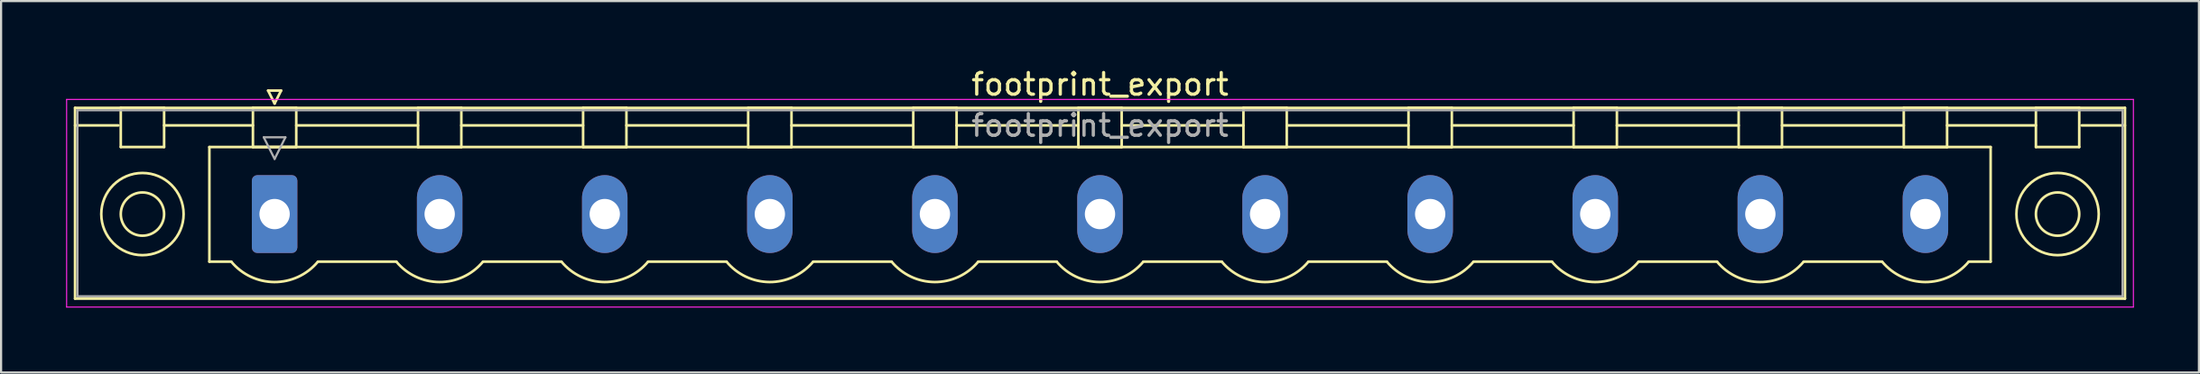
<source format=kicad_pcb>
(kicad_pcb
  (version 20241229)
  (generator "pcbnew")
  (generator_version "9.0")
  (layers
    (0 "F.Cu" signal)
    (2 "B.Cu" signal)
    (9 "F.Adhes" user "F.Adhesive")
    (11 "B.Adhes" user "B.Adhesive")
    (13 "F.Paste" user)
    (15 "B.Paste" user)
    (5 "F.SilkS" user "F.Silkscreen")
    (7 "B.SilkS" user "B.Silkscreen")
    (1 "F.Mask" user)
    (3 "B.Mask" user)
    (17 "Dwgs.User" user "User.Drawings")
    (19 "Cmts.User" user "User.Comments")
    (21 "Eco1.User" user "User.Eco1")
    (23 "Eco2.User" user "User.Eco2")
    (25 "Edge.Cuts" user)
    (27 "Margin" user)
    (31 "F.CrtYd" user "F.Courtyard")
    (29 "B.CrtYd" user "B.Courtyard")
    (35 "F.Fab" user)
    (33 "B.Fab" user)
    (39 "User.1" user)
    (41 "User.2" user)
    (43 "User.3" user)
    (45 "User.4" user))
  (footprint "footprint_export"
    (layer "F.Cu")
    (at 9.625 6.848)
    (property "Reference" "footprint_export" (at 38.1 -6 0) (layer "F.SilkS") (effects (font (size 1 1) (thickness 0.15))))
    (attr through_hole)
    (fp_line (start -9.21 -4.91) (end -9.21 3.91) (stroke (width 0.12) (type solid)) (layer "F.SilkS"))
    (fp_line (start -9.21 -4.1) (end -7.21 -4.1) (stroke (width 0.12) (type solid)) (layer "F.SilkS"))
    (fp_line (start -9.21 3.91) (end 85.41 3.91) (stroke (width 0.12) (type solid)) (layer "F.SilkS"))
    (fp_line (start -7.1 -4.91) (end -5.1 -4.91) (stroke (width 0.12) (type solid)) (layer "F.SilkS"))
    (fp_line (start -7.1 -3.1) (end -7.1 -4.91) (stroke (width 0.12) (type solid)) (layer "F.SilkS"))
    (fp_line (start -5.1 -4.91) (end -5.1 -3.1) (stroke (width 0.12) (type solid)) (layer "F.SilkS"))
    (fp_line (start -5.1 -4.1) (end -1 -4.1) (stroke (width 0.12) (type solid)) (layer "F.SilkS"))
    (fp_line (start -5.1 -3.1) (end -7.1 -3.1) (stroke (width 0.12) (type solid)) (layer "F.SilkS"))
    (fp_line (start -3.01 -3.1) (end 79.21 -3.1) (stroke (width 0.12) (type solid)) (layer "F.SilkS"))
    (fp_line (start -3.01 2.2) (end -3.01 -3.1) (stroke (width 0.12) (type solid)) (layer "F.SilkS"))
    (fp_line (start -2 2.2) (end -3.01 2.2) (stroke (width 0.12) (type solid)) (layer "F.SilkS"))
    (fp_line (start -1 -4.91) (end 1 -4.91) (stroke (width 0.12) (type solid)) (layer "F.SilkS"))
    (fp_line (start -1 -3.1) (end -1 -4.91) (stroke (width 0.12) (type solid)) (layer "F.SilkS"))
    (fp_line (start -0.3 -5.71) (end 0.3 -5.71) (stroke (width 0.12) (type solid)) (layer "F.SilkS"))
    (fp_line (start 0 -5.11) (end -0.3 -5.71) (stroke (width 0.12) (type solid)) (layer "F.SilkS"))
    (fp_line (start 0.3 -5.71) (end 0 -5.11) (stroke (width 0.12) (type solid)) (layer "F.SilkS"))
    (fp_line (start 1 -4.91) (end 1 -3.1) (stroke (width 0.12) (type solid)) (layer "F.SilkS"))
    (fp_line (start 1 -4.1) (end 6.62 -4.1) (stroke (width 0.12) (type solid)) (layer "F.SilkS"))
    (fp_line (start 1 -3.1) (end -1 -3.1) (stroke (width 0.12) (type solid)) (layer "F.SilkS"))
    (fp_line (start 2 2.2) (end 5.62 2.2) (stroke (width 0.12) (type solid)) (layer "F.SilkS"))
    (fp_line (start 6.62 -4.91) (end 8.62 -4.91) (stroke (width 0.12) (type solid)) (layer "F.SilkS"))
    (fp_line (start 6.62 -3.1) (end 6.62 -4.91) (stroke (width 0.12) (type solid)) (layer "F.SilkS"))
    (fp_line (start 8.62 -4.91) (end 8.62 -3.1) (stroke (width 0.12) (type solid)) (layer "F.SilkS"))
    (fp_line (start 8.62 -4.1) (end 14.24 -4.1) (stroke (width 0.12) (type solid)) (layer "F.SilkS"))
    (fp_line (start 8.62 -3.1) (end 6.62 -3.1) (stroke (width 0.12) (type solid)) (layer "F.SilkS"))
    (fp_line (start 9.62 2.2) (end 13.24 2.2) (stroke (width 0.12) (type solid)) (layer "F.SilkS"))
    (fp_line (start 14.24 -4.91) (end 16.24 -4.91) (stroke (width 0.12) (type solid)) (layer "F.SilkS"))
    (fp_line (start 14.24 -3.1) (end 14.24 -4.91) (stroke (width 0.12) (type solid)) (layer "F.SilkS"))
    (fp_line (start 16.24 -4.91) (end 16.24 -3.1) (stroke (width 0.12) (type solid)) (layer "F.SilkS"))
    (fp_line (start 16.24 -4.1) (end 21.86 -4.1) (stroke (width 0.12) (type solid)) (layer "F.SilkS"))
    (fp_line (start 16.24 -3.1) (end 14.24 -3.1) (stroke (width 0.12) (type solid)) (layer "F.SilkS"))
    (fp_line (start 17.24 2.2) (end 20.86 2.2) (stroke (width 0.12) (type solid)) (layer "F.SilkS"))
    (fp_line (start 21.86 -4.91) (end 23.86 -4.91) (stroke (width 0.12) (type solid)) (layer "F.SilkS"))
    (fp_line (start 21.86 -3.1) (end 21.86 -4.91) (stroke (width 0.12) (type solid)) (layer "F.SilkS"))
    (fp_line (start 23.86 -4.91) (end 23.86 -3.1) (stroke (width 0.12) (type solid)) (layer "F.SilkS"))
    (fp_line (start 23.86 -4.1) (end 29.48 -4.1) (stroke (width 0.12) (type solid)) (layer "F.SilkS"))
    (fp_line (start 23.86 -3.1) (end 21.86 -3.1) (stroke (width 0.12) (type solid)) (layer "F.SilkS"))
    (fp_line (start 24.86 2.2) (end 28.48 2.2) (stroke (width 0.12) (type solid)) (layer "F.SilkS"))
    (fp_line (start 29.48 -4.91) (end 31.48 -4.91) (stroke (width 0.12) (type solid)) (layer "F.SilkS"))
    (fp_line (start 29.48 -3.1) (end 29.48 -4.91) (stroke (width 0.12) (type solid)) (layer "F.SilkS"))
    (fp_line (start 31.48 -4.91) (end 31.48 -3.1) (stroke (width 0.12) (type solid)) (layer "F.SilkS"))
    (fp_line (start 31.48 -4.1) (end 37.1 -4.1) (stroke (width 0.12) (type solid)) (layer "F.SilkS"))
    (fp_line (start 31.48 -3.1) (end 29.48 -3.1) (stroke (width 0.12) (type solid)) (layer "F.SilkS"))
    (fp_line (start 32.48 2.2) (end 36.1 2.2) (stroke (width 0.12) (type solid)) (layer "F.SilkS"))
    (fp_line (start 37.1 -4.91) (end 39.1 -4.91) (stroke (width 0.12) (type solid)) (layer "F.SilkS"))
    (fp_line (start 37.1 -3.1) (end 37.1 -4.91) (stroke (width 0.12) (type solid)) (layer "F.SilkS"))
    (fp_line (start 39.1 -4.91) (end 39.1 -3.1) (stroke (width 0.12) (type solid)) (layer "F.SilkS"))
    (fp_line (start 39.1 -4.1) (end 44.72 -4.1) (stroke (width 0.12) (type solid)) (layer "F.SilkS"))
    (fp_line (start 39.1 -3.1) (end 37.1 -3.1) (stroke (width 0.12) (type solid)) (layer "F.SilkS"))
    (fp_line (start 40.1 2.2) (end 43.72 2.2) (stroke (width 0.12) (type solid)) (layer "F.SilkS"))
    (fp_line (start 44.72 -4.91) (end 46.72 -4.91) (stroke (width 0.12) (type solid)) (layer "F.SilkS"))
    (fp_line (start 44.72 -3.1) (end 44.72 -4.91) (stroke (width 0.12) (type solid)) (layer "F.SilkS"))
    (fp_line (start 46.72 -4.91) (end 46.72 -3.1) (stroke (width 0.12) (type solid)) (layer "F.SilkS"))
    (fp_line (start 46.72 -4.1) (end 52.34 -4.1) (stroke (width 0.12) (type solid)) (layer "F.SilkS"))
    (fp_line (start 46.72 -3.1) (end 44.72 -3.1) (stroke (width 0.12) (type solid)) (layer "F.SilkS"))
    (fp_line (start 47.72 2.2) (end 51.34 2.2) (stroke (width 0.12) (type solid)) (layer "F.SilkS"))
    (fp_line (start 52.34 -4.91) (end 54.34 -4.91) (stroke (width 0.12) (type solid)) (layer "F.SilkS"))
    (fp_line (start 52.34 -3.1) (end 52.34 -4.91) (stroke (width 0.12) (type solid)) (layer "F.SilkS"))
    (fp_line (start 54.34 -4.91) (end 54.34 -3.1) (stroke (width 0.12) (type solid)) (layer "F.SilkS"))
    (fp_line (start 54.34 -4.1) (end 59.96 -4.1) (stroke (width 0.12) (type solid)) (layer "F.SilkS"))
    (fp_line (start 54.34 -3.1) (end 52.34 -3.1) (stroke (width 0.12) (type solid)) (layer "F.SilkS"))
    (fp_line (start 55.34 2.2) (end 58.96 2.2) (stroke (width 0.12) (type solid)) (layer "F.SilkS"))
    (fp_line (start 59.96 -4.91) (end 61.96 -4.91) (stroke (width 0.12) (type solid)) (layer "F.SilkS"))
    (fp_line (start 59.96 -3.1) (end 59.96 -4.91) (stroke (width 0.12) (type solid)) (layer "F.SilkS"))
    (fp_line (start 61.96 -4.91) (end 61.96 -3.1) (stroke (width 0.12) (type solid)) (layer "F.SilkS"))
    (fp_line (start 61.96 -4.1) (end 67.58 -4.1) (stroke (width 0.12) (type solid)) (layer "F.SilkS"))
    (fp_line (start 61.96 -3.1) (end 59.96 -3.1) (stroke (width 0.12) (type solid)) (layer "F.SilkS"))
    (fp_line (start 62.96 2.2) (end 66.58 2.2) (stroke (width 0.12) (type solid)) (layer "F.SilkS"))
    (fp_line (start 67.58 -4.91) (end 69.58 -4.91) (stroke (width 0.12) (type solid)) (layer "F.SilkS"))
    (fp_line (start 67.58 -3.1) (end 67.58 -4.91) (stroke (width 0.12) (type solid)) (layer "F.SilkS"))
    (fp_line (start 69.58 -4.91) (end 69.58 -3.1) (stroke (width 0.12) (type solid)) (layer "F.SilkS"))
    (fp_line (start 69.58 -4.1) (end 75.2 -4.1) (stroke (width 0.12) (type solid)) (layer "F.SilkS"))
    (fp_line (start 69.58 -3.1) (end 67.58 -3.1) (stroke (width 0.12) (type solid)) (layer "F.SilkS"))
    (fp_line (start 70.58 2.2) (end 74.2 2.2) (stroke (width 0.12) (type solid)) (layer "F.SilkS"))
    (fp_line (start 75.2 -4.91) (end 77.2 -4.91) (stroke (width 0.12) (type solid)) (layer "F.SilkS"))
    (fp_line (start 75.2 -3.1) (end 75.2 -4.91) (stroke (width 0.12) (type solid)) (layer "F.SilkS"))
    (fp_line (start 77.2 -4.91) (end 77.2 -3.1) (stroke (width 0.12) (type solid)) (layer "F.SilkS"))
    (fp_line (start 77.2 -4.1) (end 81.3 -4.1) (stroke (width 0.12) (type solid)) (layer "F.SilkS"))
    (fp_line (start 77.2 -3.1) (end 75.2 -3.1) (stroke (width 0.12) (type solid)) (layer "F.SilkS"))
    (fp_line (start 79.21 -3.1) (end 79.21 2.2) (stroke (width 0.12) (type solid)) (layer "F.SilkS"))
    (fp_line (start 79.21 2.2) (end 78.2 2.2) (stroke (width 0.12) (type solid)) (layer "F.SilkS"))
    (fp_line (start 81.3 -4.91) (end 83.3 -4.91) (stroke (width 0.12) (type solid)) (layer "F.SilkS"))
    (fp_line (start 81.3 -3.1) (end 81.3 -4.91) (stroke (width 0.12) (type solid)) (layer "F.SilkS"))
    (fp_line (start 83.3 -4.91) (end 83.3 -3.1) (stroke (width 0.12) (type solid)) (layer "F.SilkS"))
    (fp_line (start 83.3 -3.1) (end 81.3 -3.1) (stroke (width 0.12) (type solid)) (layer "F.SilkS"))
    (fp_line (start 85.41 -4.91) (end -9.21 -4.91) (stroke (width 0.12) (type solid)) (layer "F.SilkS"))
    (fp_line (start 85.41 -4.1) (end 83.41 -4.1) (stroke (width 0.12) (type solid)) (layer "F.SilkS"))
    (fp_line (start 85.41 3.91) (end 85.41 -4.91) (stroke (width 0.12) (type solid)) (layer "F.SilkS"))
    (fp_arc (start 1.986842 2.215821) (mid -0.010289 3.142758) (end -2 2.2) (stroke (width 0.12) (type solid)) (layer "F.SilkS"))
    (fp_arc (start 9.606842 2.215821) (mid 7.609711 3.142758) (end 5.62 2.2) (stroke (width 0.12) (type solid)) (layer "F.SilkS"))
    (fp_arc (start 17.226842 2.215821) (mid 15.229711 3.142758) (end 13.24 2.2) (stroke (width 0.12) (type solid)) (layer "F.SilkS"))
    (fp_arc (start 24.846842 2.215821) (mid 22.849711 3.142758) (end 20.86 2.2) (stroke (width 0.12) (type solid)) (layer "F.SilkS"))
    (fp_arc (start 32.466842 2.215821) (mid 30.469711 3.142758) (end 28.48 2.2) (stroke (width 0.12) (type solid)) (layer "F.SilkS"))
    (fp_arc (start 40.086842 2.215821) (mid 38.089711 3.142758) (end 36.1 2.2) (stroke (width 0.12) (type solid)) (layer "F.SilkS"))
    (fp_arc (start 47.706842 2.215821) (mid 45.709711 3.142758) (end 43.72 2.2) (stroke (width 0.12) (type solid)) (layer "F.SilkS"))
    (fp_arc (start 55.326842 2.215821) (mid 53.329711 3.142758) (end 51.34 2.2) (stroke (width 0.12) (type solid)) (layer "F.SilkS"))
    (fp_arc (start 62.946842 2.215821) (mid 60.949711 3.142758) (end 58.96 2.2) (stroke (width 0.12) (type solid)) (layer "F.SilkS"))
    (fp_arc (start 70.566842 2.215821) (mid 68.569711 3.142758) (end 66.58 2.2) (stroke (width 0.12) (type solid)) (layer "F.SilkS"))
    (fp_arc (start 78.186842 2.215821) (mid 76.189711 3.142758) (end 74.2 2.2) (stroke (width 0.12) (type solid)) (layer "F.SilkS"))
    (fp_circle (center -6.1 0) (end -5.1 0) (stroke (width 0.12) (type solid)) (fill no) (layer "F.SilkS"))
    (fp_circle (center -6.1 0) (end -4.2 0) (stroke (width 0.12) (type solid)) (fill no) (layer "F.SilkS"))
    (fp_circle (center 82.3 0) (end 83.3 0) (stroke (width 0.12) (type solid)) (fill no) (layer "F.SilkS"))
    (fp_circle (center 82.3 0) (end 84.2 0) (stroke (width 0.12) (type solid)) (fill no) (layer "F.SilkS"))
    (fp_line (start -9.6 -5.3) (end -9.6 4.3) (stroke (width 0.05) (type solid)) (layer "F.CrtYd"))
    (fp_line (start -9.6 4.3) (end 85.8 4.3) (stroke (width 0.05) (type solid)) (layer "F.CrtYd"))
    (fp_line (start 85.8 -5.3) (end -9.6 -5.3) (stroke (width 0.05) (type solid)) (layer "F.CrtYd"))
    (fp_line (start 85.8 4.3) (end 85.8 -5.3) (stroke (width 0.05) (type solid)) (layer "F.CrtYd"))
    (fp_line (start -9.1 -4.8) (end -9.1 3.8) (stroke (width 0.1) (type solid)) (layer "F.Fab"))
    (fp_line (start -9.1 3.8) (end 85.3 3.8) (stroke (width 0.1) (type solid)) (layer "F.Fab"))
    (fp_line (start -0.5 -3.55) (end 0.5 -3.55) (stroke (width 0.1) (type solid)) (layer "F.Fab"))
    (fp_line (start 0 -2.55) (end -0.5 -3.55) (stroke (width 0.1) (type solid)) (layer "F.Fab"))
    (fp_line (start 0.5 -3.55) (end 0 -2.55) (stroke (width 0.1) (type solid)) (layer "F.Fab"))
    (fp_line (start 85.3 -4.8) (end -9.1 -4.8) (stroke (width 0.1) (type solid)) (layer "F.Fab"))
    (fp_line (start 85.3 3.8) (end 85.3 -4.8) (stroke (width 0.1) (type solid)) (layer "F.Fab"))
    (fp_text user "${REFERENCE}" (at 38.1 -4.1 0) (layer "F.Fab") (effects (font (size 1 1) (thickness 0.15))))
    (pad "1" thru_hole roundrect (at 0 0) (size 2.1 3.6) (drill 1.4) (layers "*.Cu" "*.Mask") (roundrect_rratio 0.119))
    (pad "2" thru_hole oval (at 7.62 0) (size 2.1 3.6) (drill 1.4) (layers "*.Cu" "*.Mask"))
    (pad "3" thru_hole oval (at 15.24 0) (size 2.1 3.6) (drill 1.4) (layers "*.Cu" "*.Mask"))
    (pad "4" thru_hole oval (at 22.86 0) (size 2.1 3.6) (drill 1.4) (layers "*.Cu" "*.Mask"))
    (pad "5" thru_hole oval (at 30.48 0) (size 2.1 3.6) (drill 1.4) (layers "*.Cu" "*.Mask"))
    (pad "6" thru_hole oval (at 38.1 0) (size 2.1 3.6) (drill 1.4) (layers "*.Cu" "*.Mask"))
    (pad "7" thru_hole oval (at 45.72 0) (size 2.1 3.6) (drill 1.4) (layers "*.Cu" "*.Mask"))
    (pad "8" thru_hole oval (at 53.34 0) (size 2.1 3.6) (drill 1.4) (layers "*.Cu" "*.Mask"))
    (pad "9" thru_hole oval (at 60.96 0) (size 2.1 3.6) (drill 1.4) (layers "*.Cu" "*.Mask"))
    (pad "10" thru_hole oval (at 68.58 0) (size 2.1 3.6) (drill 1.4) (layers "*.Cu" "*.Mask"))
    (pad "11" thru_hole oval (at 76.2 0) (size 2.1 3.6) (drill 1.4) (layers "*.Cu" "*.Mask")))
  (gr_rect
    (start -3 -3)
    (end 98.45 14.173)
    (stroke (width 0.1) (type default))
    (fill no)
    (layer "Edge.Cuts")))
</source>
